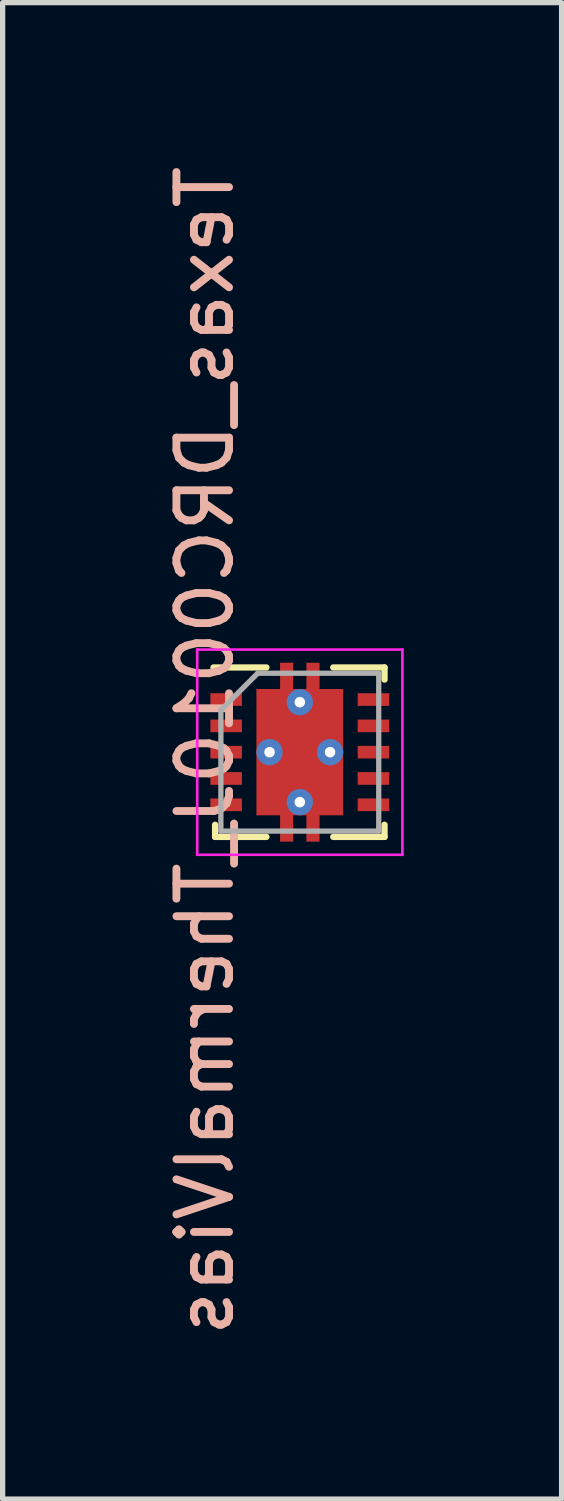
<source format=kicad_pcb>
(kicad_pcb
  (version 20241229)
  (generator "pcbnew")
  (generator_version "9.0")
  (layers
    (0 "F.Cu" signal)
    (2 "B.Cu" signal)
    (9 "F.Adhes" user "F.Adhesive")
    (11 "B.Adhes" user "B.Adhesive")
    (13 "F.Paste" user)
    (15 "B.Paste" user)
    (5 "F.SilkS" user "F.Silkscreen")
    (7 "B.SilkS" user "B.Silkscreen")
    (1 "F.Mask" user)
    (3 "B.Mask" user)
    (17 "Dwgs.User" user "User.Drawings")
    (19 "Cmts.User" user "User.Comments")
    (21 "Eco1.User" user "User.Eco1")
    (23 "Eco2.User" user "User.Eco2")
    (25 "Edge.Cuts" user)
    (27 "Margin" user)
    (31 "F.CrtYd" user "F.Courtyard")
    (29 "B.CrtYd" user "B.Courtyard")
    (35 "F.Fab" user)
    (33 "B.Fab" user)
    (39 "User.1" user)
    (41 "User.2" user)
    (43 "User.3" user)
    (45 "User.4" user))
  (footprint "Texas_DRC0010J_ThermalVias"
    (layer "F.Cu")
    (at 2.648 11.245)
    (property "Reference" "Texas_DRC0010J_ThermalVias" (at -1.8 -0.025 90) (layer "B.SilkS") (effects (font (size 1 1) (thickness 0.15)) (justify mirror)))
    (attr smd)
    (fp_line (start -1.64 -1.61) (end -0.635 -1.61) (stroke (width 0.12) (type solid)) (layer "F.SilkS"))
    (fp_line (start -1.61 1.38) (end -1.61 1.61) (stroke (width 0.12) (type solid)) (layer "F.SilkS"))
    (fp_line (start -1.61 1.61) (end -0.635 1.61) (stroke (width 0.12) (type solid)) (layer "F.SilkS"))
    (fp_line (start 0.635 -1.61) (end 1.61 -1.61) (stroke (width 0.12) (type solid)) (layer "F.SilkS"))
    (fp_line (start 0.635 1.61) (end 1.61 1.61) (stroke (width 0.12) (type solid)) (layer "F.SilkS"))
    (fp_line (start 1.61 -1.61) (end 1.61 -1.38) (stroke (width 0.12) (type solid)) (layer "F.SilkS"))
    (fp_line (start 1.61 1.38) (end 1.61 1.61) (stroke (width 0.12) (type solid)) (layer "F.SilkS"))
    (fp_line (start -1.95 -1.95) (end -1.95 1.95) (stroke (width 0.05) (type solid)) (layer "F.CrtYd"))
    (fp_line (start -1.95 -1.95) (end 1.95 -1.95) (stroke (width 0.05) (type solid)) (layer "F.CrtYd"))
    (fp_line (start -1.95 1.95) (end 1.95 1.95) (stroke (width 0.05) (type solid)) (layer "F.CrtYd"))
    (fp_line (start 1.95 -1.95) (end 1.95 1.95) (stroke (width 0.05) (type solid)) (layer "F.CrtYd"))
    (fp_line (start -1.5 -0.8) (end -1.5 1.5) (stroke (width 0.1) (type solid)) (layer "F.Fab"))
    (fp_line (start -1.5 -0.8) (end -0.8 -1.5) (stroke (width 0.1) (type solid)) (layer "F.Fab"))
    (fp_line (start -1.5 1.5) (end 1.5 1.5) (stroke (width 0.1) (type solid)) (layer "F.Fab"))
    (fp_line (start -0.8 -1.5) (end 1.5 -1.5) (stroke (width 0.1) (type solid)) (layer "F.Fab"))
    (fp_line (start 1.5 -1.5) (end 1.5 1.5) (stroke (width 0.1) (type solid)) (layer "F.Fab"))
    (pad "" smd roundrect (at -0.25 -1.53) (size 0.25 0.34) (layers "F.Paste") (roundrect_rratio 0.1))
    (pad "" smd roundrect (at -0.25 1.53) (size 0.25 0.34) (layers "F.Paste") (roundrect_rratio 0.1))
    (pad "" smd roundrect (at 0 -0.63) (size 1.5 1.06) (layers "F.Paste") (roundrect_rratio 0.1))
    (pad "" smd roundrect (at 0 0.63) (size 1.5 1.06) (layers "F.Paste") (roundrect_rratio 0.1))
    (pad "" smd roundrect (at 0.25 -1.53) (size 0.25 0.34) (layers "F.Paste") (roundrect_rratio 0.1))
    (pad "" smd roundrect (at 0.25 1.53) (size 0.25 0.34) (layers "F.Paste") (roundrect_rratio 0.1))
    (pad "1" smd rect (at -1.4 -1) (size 0.6 0.24) (layers "F.Cu" "F.Mask" "F.Paste"))
    (pad "2" smd rect (at -1.4 -0.5) (size 0.6 0.24) (layers "F.Cu" "F.Mask" "F.Paste"))
    (pad "3" smd rect (at -1.4 0) (size 0.6 0.24) (layers "F.Cu" "F.Mask" "F.Paste"))
    (pad "4" smd rect (at -1.4 0.5) (size 0.6 0.24) (layers "F.Cu" "F.Mask" "F.Paste"))
    (pad "5" smd rect (at -1.4 1) (size 0.6 0.24) (layers "F.Cu" "F.Mask" "F.Paste"))
    (pad "6" smd rect (at 1.4 1) (size 0.6 0.24) (layers "F.Cu" "F.Mask" "F.Paste"))
    (pad "7" smd rect (at 1.4 0.5) (size 0.6 0.24) (layers "F.Cu" "F.Mask" "F.Paste"))
    (pad "8" smd rect (at 1.4 0) (size 0.6 0.24) (layers "F.Cu" "F.Mask" "F.Paste"))
    (pad "9" smd rect (at 1.4 -0.5) (size 0.6 0.24) (layers "F.Cu" "F.Mask" "F.Paste"))
    (pad "10" smd rect (at 1.4 -1) (size 0.6 0.24) (layers "F.Cu" "F.Mask" "F.Paste"))
    (pad "11" thru_hole circle (at -0.575 0) (size 0.5 0.5) (drill 0.2) (layers "*.Cu"))
    (pad "11" thru_hole circle (at 0 -0.95) (size 0.5 0.5) (drill 0.2) (layers "*.Cu"))
    (pad "11" smd custom (at 0 0) (size 1.65 2.4) (layers "F.Cu" "F.Mask") (options (anchor rect)) (primitives (gr_poly (pts (xy -0.125 -1.1) (xy 0.125 -1.1) (xy 0.125 -1.7) (xy 0.375 -1.7) (xy 0.375 1.7) (xy 0.125 1.7) (xy 0.125 1.1) (xy -0.125 1.1) (xy -0.125 1.7) (xy -0.375 1.7) (xy -0.375 -1.7) (xy -0.125 -1.7)) (width 0) (fill yes))))
    (pad "11" thru_hole circle (at 0 0.95) (size 0.5 0.5) (drill 0.2) (layers "*.Cu"))
    (pad "11" thru_hole circle (at 0.575 0) (size 0.5 0.5) (drill 0.2) (layers "*.Cu")))
  (gr_rect
    (start -3 -3)
    (end 7.623 25.44)
    (stroke (width 0.1) (type default))
    (fill no)
    (layer "Edge.Cuts")))
</source>
